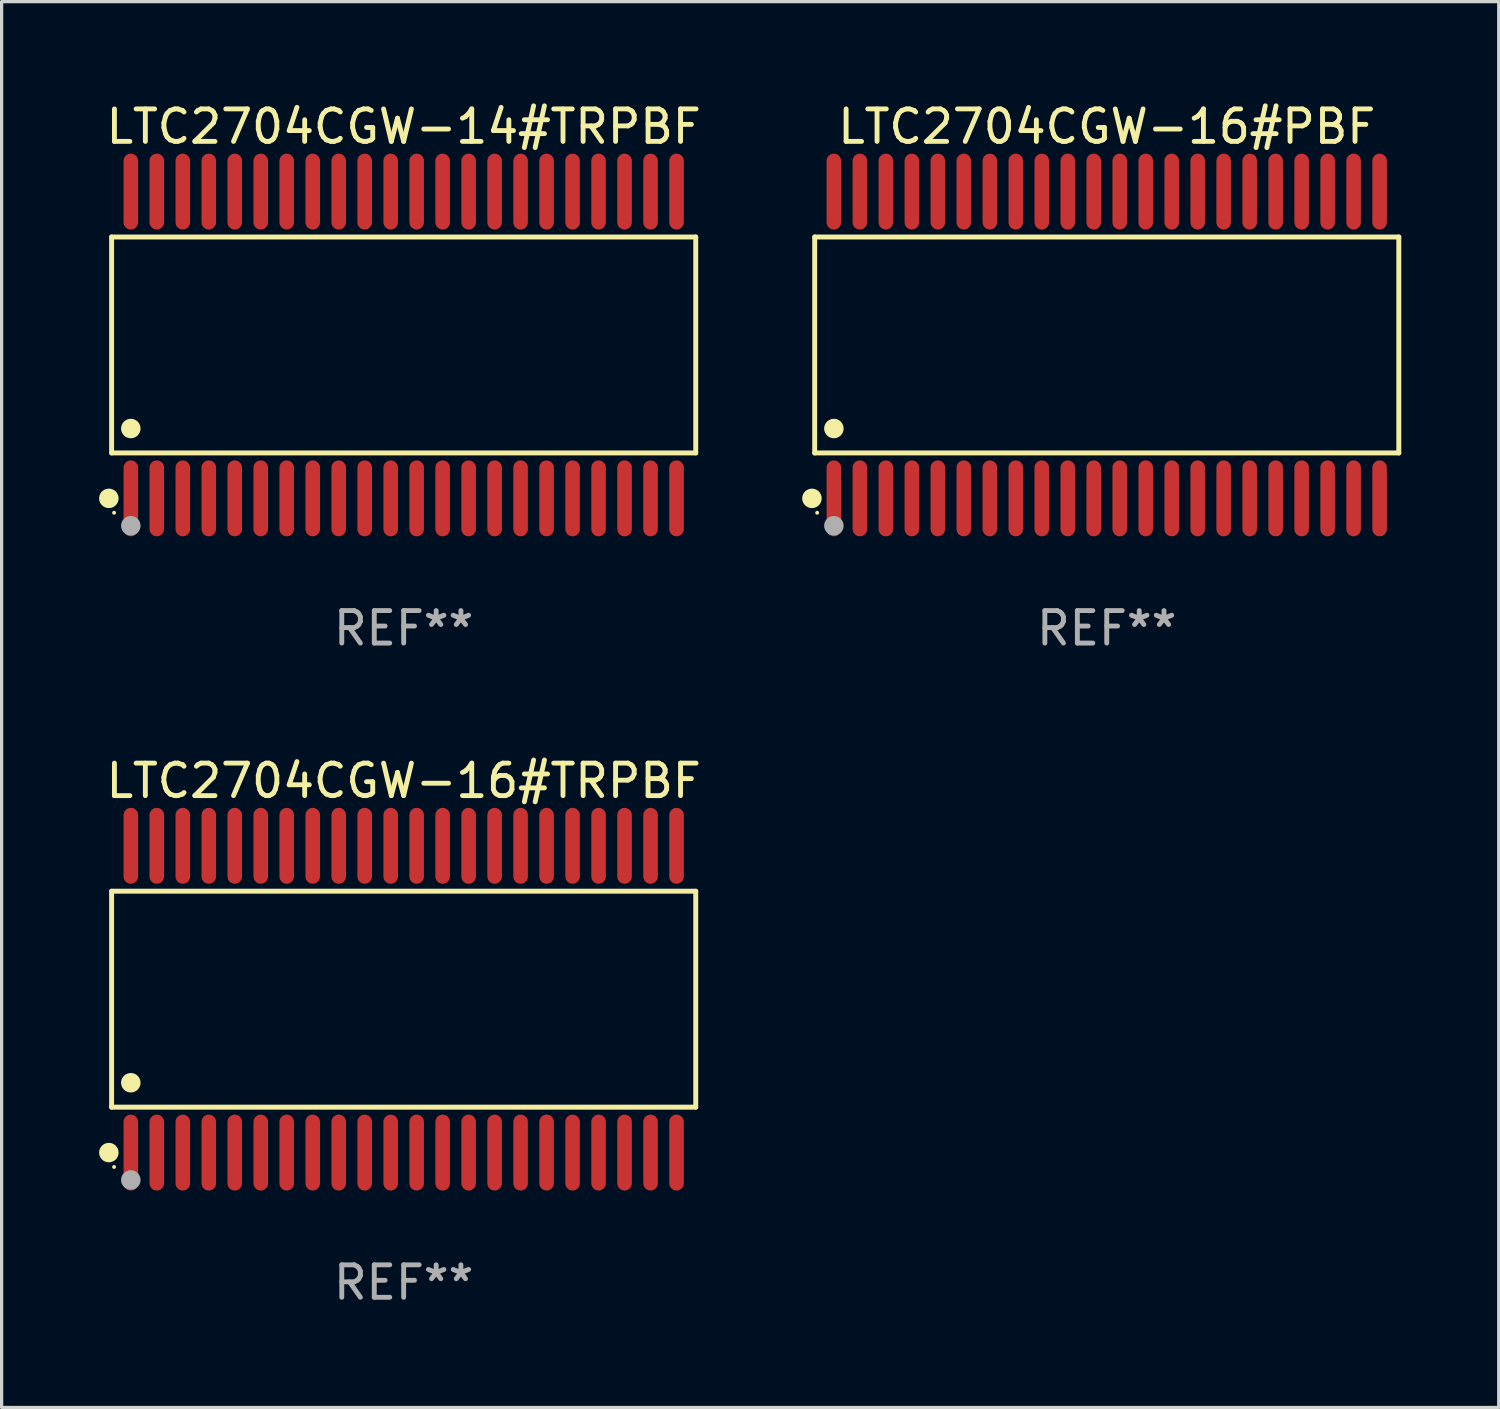
<source format=kicad_pcb>
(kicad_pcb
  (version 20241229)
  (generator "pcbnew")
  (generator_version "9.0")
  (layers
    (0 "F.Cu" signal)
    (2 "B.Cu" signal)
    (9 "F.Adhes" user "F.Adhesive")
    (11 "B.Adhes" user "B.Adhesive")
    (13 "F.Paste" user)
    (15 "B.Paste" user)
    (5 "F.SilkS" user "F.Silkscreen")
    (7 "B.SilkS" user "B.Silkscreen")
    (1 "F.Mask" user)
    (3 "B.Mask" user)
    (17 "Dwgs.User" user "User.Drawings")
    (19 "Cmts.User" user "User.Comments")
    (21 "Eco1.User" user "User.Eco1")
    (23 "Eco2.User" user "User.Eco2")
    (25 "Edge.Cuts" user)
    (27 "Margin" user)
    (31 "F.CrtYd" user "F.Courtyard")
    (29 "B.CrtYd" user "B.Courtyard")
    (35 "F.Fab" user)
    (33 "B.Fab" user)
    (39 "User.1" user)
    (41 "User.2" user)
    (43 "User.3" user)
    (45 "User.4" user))
  (footprint "LTC2704CGW-14#TRPBF"
    (layer "F.Cu")
    (at 9.377 7.57)
    (property "Reference" "LTC2704CGW-14#TRPBF" (at 0 -6.722 0) (layer "F.SilkS") (effects (font (size 1 1) (thickness 0.15))))
    (attr through_hole)
    (fp_line (start -8.991 -3.324) (end 8.991 -3.324) (stroke (width 0.152) (type solid)) (layer "F.SilkS"))
    (fp_line (start -8.991 3.324) (end -8.991 -3.324) (stroke (width 0.152) (type solid)) (layer "F.SilkS"))
    (fp_line (start 8.991 -3.324) (end 8.991 3.324) (stroke (width 0.152) (type solid)) (layer "F.SilkS"))
    (fp_line (start 8.991 3.324) (end -8.991 3.324) (stroke (width 0.152) (type solid)) (layer "F.SilkS"))
    (fp_circle (center -9.076 4.722) (end -8.926 4.722) (stroke (width 0.3) (type solid)) (fill no) (layer "F.SilkS"))
    (fp_circle (center -8.915 5.165) (end -8.885 5.165) (stroke (width 0.06) (type solid)) (fill no) (layer "F.SilkS"))
    (fp_circle (center -8.4 2.572) (end -8.25 2.572) (stroke (width 0.3) (type solid)) (fill no) (layer "F.SilkS"))
    (fp_circle (center -8.4 5.565) (end -8.25 5.565) (stroke (width 0.3) (type solid)) (fill no) (layer "F.Fab"))
    (fp_text user "REF**" (at 0 8.722 0) (layer "F.Fab") (effects (font (size 1 1) (thickness 0.15))))
    (pad "1" smd oval (at -8.4 4.722) (size 0.448 2.337) (layers "F.Cu" "F.Mask" "F.Paste"))
    (pad "2" smd oval (at -7.6 4.722) (size 0.448 2.337) (layers "F.Cu" "F.Mask" "F.Paste"))
    (pad "3" smd oval (at -6.8 4.722) (size 0.448 2.337) (layers "F.Cu" "F.Mask" "F.Paste"))
    (pad "4" smd oval (at -6 4.722) (size 0.448 2.337) (layers "F.Cu" "F.Mask" "F.Paste"))
    (pad "5" smd oval (at -5.2 4.722) (size 0.448 2.337) (layers "F.Cu" "F.Mask" "F.Paste"))
    (pad "6" smd oval (at -4.4 4.722) (size 0.448 2.337) (layers "F.Cu" "F.Mask" "F.Paste"))
    (pad "7" smd oval (at -3.6 4.722) (size 0.448 2.337) (layers "F.Cu" "F.Mask" "F.Paste"))
    (pad "8" smd oval (at -2.8 4.722) (size 0.448 2.337) (layers "F.Cu" "F.Mask" "F.Paste"))
    (pad "9" smd oval (at -2 4.722) (size 0.448 2.337) (layers "F.Cu" "F.Mask" "F.Paste"))
    (pad "10" smd oval (at -1.2 4.722) (size 0.448 2.337) (layers "F.Cu" "F.Mask" "F.Paste"))
    (pad "11" smd oval (at -0.4 4.722) (size 0.448 2.337) (layers "F.Cu" "F.Mask" "F.Paste"))
    (pad "12" smd oval (at 0.4 4.722) (size 0.448 2.337) (layers "F.Cu" "F.Mask" "F.Paste"))
    (pad "13" smd oval (at 1.2 4.722) (size 0.448 2.337) (layers "F.Cu" "F.Mask" "F.Paste"))
    (pad "14" smd oval (at 2 4.722) (size 0.448 2.337) (layers "F.Cu" "F.Mask" "F.Paste"))
    (pad "15" smd oval (at 2.8 4.722) (size 0.448 2.337) (layers "F.Cu" "F.Mask" "F.Paste"))
    (pad "16" smd oval (at 3.6 4.722) (size 0.448 2.337) (layers "F.Cu" "F.Mask" "F.Paste"))
    (pad "17" smd oval (at 4.4 4.722) (size 0.448 2.337) (layers "F.Cu" "F.Mask" "F.Paste"))
    (pad "18" smd oval (at 5.2 4.722) (size 0.448 2.337) (layers "F.Cu" "F.Mask" "F.Paste"))
    (pad "19" smd oval (at 6 4.722) (size 0.448 2.337) (layers "F.Cu" "F.Mask" "F.Paste"))
    (pad "20" smd oval (at 6.8 4.722) (size 0.448 2.337) (layers "F.Cu" "F.Mask" "F.Paste"))
    (pad "21" smd oval (at 7.6 4.722) (size 0.448 2.337) (layers "F.Cu" "F.Mask" "F.Paste"))
    (pad "22" smd oval (at 8.4 4.722) (size 0.448 2.337) (layers "F.Cu" "F.Mask" "F.Paste"))
    (pad "23" smd oval (at 8.4 -4.722) (size 0.448 2.337) (layers "F.Cu" "F.Mask" "F.Paste"))
    (pad "24" smd oval (at 7.6 -4.722) (size 0.448 2.337) (layers "F.Cu" "F.Mask" "F.Paste"))
    (pad "25" smd oval (at 6.8 -4.722) (size 0.448 2.337) (layers "F.Cu" "F.Mask" "F.Paste"))
    (pad "26" smd oval (at 6 -4.722) (size 0.448 2.337) (layers "F.Cu" "F.Mask" "F.Paste"))
    (pad "27" smd oval (at 5.2 -4.722) (size 0.448 2.337) (layers "F.Cu" "F.Mask" "F.Paste"))
    (pad "28" smd oval (at 4.4 -4.722) (size 0.448 2.337) (layers "F.Cu" "F.Mask" "F.Paste"))
    (pad "29" smd oval (at 3.6 -4.722) (size 0.448 2.337) (layers "F.Cu" "F.Mask" "F.Paste"))
    (pad "30" smd oval (at 2.8 -4.722) (size 0.448 2.337) (layers "F.Cu" "F.Mask" "F.Paste"))
    (pad "31" smd oval (at 2 -4.722) (size 0.448 2.337) (layers "F.Cu" "F.Mask" "F.Paste"))
    (pad "32" smd oval (at 1.2 -4.722) (size 0.448 2.337) (layers "F.Cu" "F.Mask" "F.Paste"))
    (pad "33" smd oval (at 0.4 -4.722) (size 0.448 2.337) (layers "F.Cu" "F.Mask" "F.Paste"))
    (pad "34" smd oval (at -0.4 -4.722) (size 0.448 2.337) (layers "F.Cu" "F.Mask" "F.Paste"))
    (pad "35" smd oval (at -1.2 -4.722) (size 0.448 2.337) (layers "F.Cu" "F.Mask" "F.Paste"))
    (pad "36" smd oval (at -2 -4.722) (size 0.448 2.337) (layers "F.Cu" "F.Mask" "F.Paste"))
    (pad "37" smd oval (at -2.8 -4.722) (size 0.448 2.337) (layers "F.Cu" "F.Mask" "F.Paste"))
    (pad "38" smd oval (at -3.6 -4.722) (size 0.448 2.337) (layers "F.Cu" "F.Mask" "F.Paste"))
    (pad "39" smd oval (at -4.4 -4.722) (size 0.448 2.337) (layers "F.Cu" "F.Mask" "F.Paste"))
    (pad "40" smd oval (at -5.2 -4.722) (size 0.448 2.337) (layers "F.Cu" "F.Mask" "F.Paste"))
    (pad "41" smd oval (at -6 -4.722) (size 0.448 2.337) (layers "F.Cu" "F.Mask" "F.Paste"))
    (pad "42" smd oval (at -6.8 -4.722) (size 0.448 2.337) (layers "F.Cu" "F.Mask" "F.Paste"))
    (pad "43" smd oval (at -7.6 -4.722) (size 0.448 2.337) (layers "F.Cu" "F.Mask" "F.Paste"))
    (pad "44" smd oval (at -8.4 -4.722) (size 0.448 2.337) (layers "F.Cu" "F.Mask" "F.Paste")))
  (footprint "LTC2704CGW-16#TRPBF"
    (layer "F.Cu")
    (at 9.377 27.71)
    (property "Reference" "LTC2704CGW-16#TRPBF" (at 0 -6.722 0) (layer "F.SilkS") (effects (font (size 1 1) (thickness 0.15))))
    (attr through_hole)
    (fp_line (start -8.991 -3.324) (end 8.991 -3.324) (stroke (width 0.152) (type solid)) (layer "F.SilkS"))
    (fp_line (start -8.991 3.324) (end -8.991 -3.324) (stroke (width 0.152) (type solid)) (layer "F.SilkS"))
    (fp_line (start 8.991 -3.324) (end 8.991 3.324) (stroke (width 0.152) (type solid)) (layer "F.SilkS"))
    (fp_line (start 8.991 3.324) (end -8.991 3.324) (stroke (width 0.152) (type solid)) (layer "F.SilkS"))
    (fp_circle (center -9.076 4.722) (end -8.926 4.722) (stroke (width 0.3) (type solid)) (fill no) (layer "F.SilkS"))
    (fp_circle (center -8.915 5.165) (end -8.885 5.165) (stroke (width 0.06) (type solid)) (fill no) (layer "F.SilkS"))
    (fp_circle (center -8.4 2.572) (end -8.25 2.572) (stroke (width 0.3) (type solid)) (fill no) (layer "F.SilkS"))
    (fp_circle (center -8.4 5.565) (end -8.25 5.565) (stroke (width 0.3) (type solid)) (fill no) (layer "F.Fab"))
    (fp_text user "REF**" (at 0 8.722 0) (layer "F.Fab") (effects (font (size 1 1) (thickness 0.15))))
    (pad "1" smd oval (at -8.4 4.722) (size 0.448 2.337) (layers "F.Cu" "F.Mask" "F.Paste"))
    (pad "2" smd oval (at -7.6 4.722) (size 0.448 2.337) (layers "F.Cu" "F.Mask" "F.Paste"))
    (pad "3" smd oval (at -6.8 4.722) (size 0.448 2.337) (layers "F.Cu" "F.Mask" "F.Paste"))
    (pad "4" smd oval (at -6 4.722) (size 0.448 2.337) (layers "F.Cu" "F.Mask" "F.Paste"))
    (pad "5" smd oval (at -5.2 4.722) (size 0.448 2.337) (layers "F.Cu" "F.Mask" "F.Paste"))
    (pad "6" smd oval (at -4.4 4.722) (size 0.448 2.337) (layers "F.Cu" "F.Mask" "F.Paste"))
    (pad "7" smd oval (at -3.6 4.722) (size 0.448 2.337) (layers "F.Cu" "F.Mask" "F.Paste"))
    (pad "8" smd oval (at -2.8 4.722) (size 0.448 2.337) (layers "F.Cu" "F.Mask" "F.Paste"))
    (pad "9" smd oval (at -2 4.722) (size 0.448 2.337) (layers "F.Cu" "F.Mask" "F.Paste"))
    (pad "10" smd oval (at -1.2 4.722) (size 0.448 2.337) (layers "F.Cu" "F.Mask" "F.Paste"))
    (pad "11" smd oval (at -0.4 4.722) (size 0.448 2.337) (layers "F.Cu" "F.Mask" "F.Paste"))
    (pad "12" smd oval (at 0.4 4.722) (size 0.448 2.337) (layers "F.Cu" "F.Mask" "F.Paste"))
    (pad "13" smd oval (at 1.2 4.722) (size 0.448 2.337) (layers "F.Cu" "F.Mask" "F.Paste"))
    (pad "14" smd oval (at 2 4.722) (size 0.448 2.337) (layers "F.Cu" "F.Mask" "F.Paste"))
    (pad "15" smd oval (at 2.8 4.722) (size 0.448 2.337) (layers "F.Cu" "F.Mask" "F.Paste"))
    (pad "16" smd oval (at 3.6 4.722) (size 0.448 2.337) (layers "F.Cu" "F.Mask" "F.Paste"))
    (pad "17" smd oval (at 4.4 4.722) (size 0.448 2.337) (layers "F.Cu" "F.Mask" "F.Paste"))
    (pad "18" smd oval (at 5.2 4.722) (size 0.448 2.337) (layers "F.Cu" "F.Mask" "F.Paste"))
    (pad "19" smd oval (at 6 4.722) (size 0.448 2.337) (layers "F.Cu" "F.Mask" "F.Paste"))
    (pad "20" smd oval (at 6.8 4.722) (size 0.448 2.337) (layers "F.Cu" "F.Mask" "F.Paste"))
    (pad "21" smd oval (at 7.6 4.722) (size 0.448 2.337) (layers "F.Cu" "F.Mask" "F.Paste"))
    (pad "22" smd oval (at 8.4 4.722) (size 0.448 2.337) (layers "F.Cu" "F.Mask" "F.Paste"))
    (pad "23" smd oval (at 8.4 -4.722) (size 0.448 2.337) (layers "F.Cu" "F.Mask" "F.Paste"))
    (pad "24" smd oval (at 7.6 -4.722) (size 0.448 2.337) (layers "F.Cu" "F.Mask" "F.Paste"))
    (pad "25" smd oval (at 6.8 -4.722) (size 0.448 2.337) (layers "F.Cu" "F.Mask" "F.Paste"))
    (pad "26" smd oval (at 6 -4.722) (size 0.448 2.337) (layers "F.Cu" "F.Mask" "F.Paste"))
    (pad "27" smd oval (at 5.2 -4.722) (size 0.448 2.337) (layers "F.Cu" "F.Mask" "F.Paste"))
    (pad "28" smd oval (at 4.4 -4.722) (size 0.448 2.337) (layers "F.Cu" "F.Mask" "F.Paste"))
    (pad "29" smd oval (at 3.6 -4.722) (size 0.448 2.337) (layers "F.Cu" "F.Mask" "F.Paste"))
    (pad "30" smd oval (at 2.8 -4.722) (size 0.448 2.337) (layers "F.Cu" "F.Mask" "F.Paste"))
    (pad "31" smd oval (at 2 -4.722) (size 0.448 2.337) (layers "F.Cu" "F.Mask" "F.Paste"))
    (pad "32" smd oval (at 1.2 -4.722) (size 0.448 2.337) (layers "F.Cu" "F.Mask" "F.Paste"))
    (pad "33" smd oval (at 0.4 -4.722) (size 0.448 2.337) (layers "F.Cu" "F.Mask" "F.Paste"))
    (pad "34" smd oval (at -0.4 -4.722) (size 0.448 2.337) (layers "F.Cu" "F.Mask" "F.Paste"))
    (pad "35" smd oval (at -1.2 -4.722) (size 0.448 2.337) (layers "F.Cu" "F.Mask" "F.Paste"))
    (pad "36" smd oval (at -2 -4.722) (size 0.448 2.337) (layers "F.Cu" "F.Mask" "F.Paste"))
    (pad "37" smd oval (at -2.8 -4.722) (size 0.448 2.337) (layers "F.Cu" "F.Mask" "F.Paste"))
    (pad "38" smd oval (at -3.6 -4.722) (size 0.448 2.337) (layers "F.Cu" "F.Mask" "F.Paste"))
    (pad "39" smd oval (at -4.4 -4.722) (size 0.448 2.337) (layers "F.Cu" "F.Mask" "F.Paste"))
    (pad "40" smd oval (at -5.2 -4.722) (size 0.448 2.337) (layers "F.Cu" "F.Mask" "F.Paste"))
    (pad "41" smd oval (at -6 -4.722) (size 0.448 2.337) (layers "F.Cu" "F.Mask" "F.Paste"))
    (pad "42" smd oval (at -6.8 -4.722) (size 0.448 2.337) (layers "F.Cu" "F.Mask" "F.Paste"))
    (pad "43" smd oval (at -7.6 -4.722) (size 0.448 2.337) (layers "F.Cu" "F.Mask" "F.Paste"))
    (pad "44" smd oval (at -8.4 -4.722) (size 0.448 2.337) (layers "F.Cu" "F.Mask" "F.Paste")))
  (footprint "LTC2704CGW-16#PBF"
    (layer "F.Cu")
    (at 31.021 7.57)
    (property "Reference" "LTC2704CGW-16#PBF" (at 0 -6.722 0) (layer "F.SilkS") (effects (font (size 1 1) (thickness 0.15))))
    (attr through_hole)
    (fp_line (start -8.991 -3.324) (end 8.991 -3.324) (stroke (width 0.152) (type solid)) (layer "F.SilkS"))
    (fp_line (start -8.991 3.324) (end -8.991 -3.324) (stroke (width 0.152) (type solid)) (layer "F.SilkS"))
    (fp_line (start 8.991 -3.324) (end 8.991 3.324) (stroke (width 0.152) (type solid)) (layer "F.SilkS"))
    (fp_line (start 8.991 3.324) (end -8.991 3.324) (stroke (width 0.152) (type solid)) (layer "F.SilkS"))
    (fp_circle (center -9.076 4.722) (end -8.926 4.722) (stroke (width 0.3) (type solid)) (fill no) (layer "F.SilkS"))
    (fp_circle (center -8.915 5.165) (end -8.885 5.165) (stroke (width 0.06) (type solid)) (fill no) (layer "F.SilkS"))
    (fp_circle (center -8.4 2.572) (end -8.25 2.572) (stroke (width 0.3) (type solid)) (fill no) (layer "F.SilkS"))
    (fp_circle (center -8.4 5.565) (end -8.25 5.565) (stroke (width 0.3) (type solid)) (fill no) (layer "F.Fab"))
    (fp_text user "REF**" (at 0 8.722 0) (layer "F.Fab") (effects (font (size 1 1) (thickness 0.15))))
    (pad "1" smd oval (at -8.4 4.722) (size 0.448 2.337) (layers "F.Cu" "F.Mask" "F.Paste"))
    (pad "2" smd oval (at -7.6 4.722) (size 0.448 2.337) (layers "F.Cu" "F.Mask" "F.Paste"))
    (pad "3" smd oval (at -6.8 4.722) (size 0.448 2.337) (layers "F.Cu" "F.Mask" "F.Paste"))
    (pad "4" smd oval (at -6 4.722) (size 0.448 2.337) (layers "F.Cu" "F.Mask" "F.Paste"))
    (pad "5" smd oval (at -5.2 4.722) (size 0.448 2.337) (layers "F.Cu" "F.Mask" "F.Paste"))
    (pad "6" smd oval (at -4.4 4.722) (size 0.448 2.337) (layers "F.Cu" "F.Mask" "F.Paste"))
    (pad "7" smd oval (at -3.6 4.722) (size 0.448 2.337) (layers "F.Cu" "F.Mask" "F.Paste"))
    (pad "8" smd oval (at -2.8 4.722) (size 0.448 2.337) (layers "F.Cu" "F.Mask" "F.Paste"))
    (pad "9" smd oval (at -2 4.722) (size 0.448 2.337) (layers "F.Cu" "F.Mask" "F.Paste"))
    (pad "10" smd oval (at -1.2 4.722) (size 0.448 2.337) (layers "F.Cu" "F.Mask" "F.Paste"))
    (pad "11" smd oval (at -0.4 4.722) (size 0.448 2.337) (layers "F.Cu" "F.Mask" "F.Paste"))
    (pad "12" smd oval (at 0.4 4.722) (size 0.448 2.337) (layers "F.Cu" "F.Mask" "F.Paste"))
    (pad "13" smd oval (at 1.2 4.722) (size 0.448 2.337) (layers "F.Cu" "F.Mask" "F.Paste"))
    (pad "14" smd oval (at 2 4.722) (size 0.448 2.337) (layers "F.Cu" "F.Mask" "F.Paste"))
    (pad "15" smd oval (at 2.8 4.722) (size 0.448 2.337) (layers "F.Cu" "F.Mask" "F.Paste"))
    (pad "16" smd oval (at 3.6 4.722) (size 0.448 2.337) (layers "F.Cu" "F.Mask" "F.Paste"))
    (pad "17" smd oval (at 4.4 4.722) (size 0.448 2.337) (layers "F.Cu" "F.Mask" "F.Paste"))
    (pad "18" smd oval (at 5.2 4.722) (size 0.448 2.337) (layers "F.Cu" "F.Mask" "F.Paste"))
    (pad "19" smd oval (at 6 4.722) (size 0.448 2.337) (layers "F.Cu" "F.Mask" "F.Paste"))
    (pad "20" smd oval (at 6.8 4.722) (size 0.448 2.337) (layers "F.Cu" "F.Mask" "F.Paste"))
    (pad "21" smd oval (at 7.6 4.722) (size 0.448 2.337) (layers "F.Cu" "F.Mask" "F.Paste"))
    (pad "22" smd oval (at 8.4 4.722) (size 0.448 2.337) (layers "F.Cu" "F.Mask" "F.Paste"))
    (pad "23" smd oval (at 8.4 -4.722) (size 0.448 2.337) (layers "F.Cu" "F.Mask" "F.Paste"))
    (pad "24" smd oval (at 7.6 -4.722) (size 0.448 2.337) (layers "F.Cu" "F.Mask" "F.Paste"))
    (pad "25" smd oval (at 6.8 -4.722) (size 0.448 2.337) (layers "F.Cu" "F.Mask" "F.Paste"))
    (pad "26" smd oval (at 6 -4.722) (size 0.448 2.337) (layers "F.Cu" "F.Mask" "F.Paste"))
    (pad "27" smd oval (at 5.2 -4.722) (size 0.448 2.337) (layers "F.Cu" "F.Mask" "F.Paste"))
    (pad "28" smd oval (at 4.4 -4.722) (size 0.448 2.337) (layers "F.Cu" "F.Mask" "F.Paste"))
    (pad "29" smd oval (at 3.6 -4.722) (size 0.448 2.337) (layers "F.Cu" "F.Mask" "F.Paste"))
    (pad "30" smd oval (at 2.8 -4.722) (size 0.448 2.337) (layers "F.Cu" "F.Mask" "F.Paste"))
    (pad "31" smd oval (at 2 -4.722) (size 0.448 2.337) (layers "F.Cu" "F.Mask" "F.Paste"))
    (pad "32" smd oval (at 1.2 -4.722) (size 0.448 2.337) (layers "F.Cu" "F.Mask" "F.Paste"))
    (pad "33" smd oval (at 0.4 -4.722) (size 0.448 2.337) (layers "F.Cu" "F.Mask" "F.Paste"))
    (pad "34" smd oval (at -0.4 -4.722) (size 0.448 2.337) (layers "F.Cu" "F.Mask" "F.Paste"))
    (pad "35" smd oval (at -1.2 -4.722) (size 0.448 2.337) (layers "F.Cu" "F.Mask" "F.Paste"))
    (pad "36" smd oval (at -2 -4.722) (size 0.448 2.337) (layers "F.Cu" "F.Mask" "F.Paste"))
    (pad "37" smd oval (at -2.8 -4.722) (size 0.448 2.337) (layers "F.Cu" "F.Mask" "F.Paste"))
    (pad "38" smd oval (at -3.6 -4.722) (size 0.448 2.337) (layers "F.Cu" "F.Mask" "F.Paste"))
    (pad "39" smd oval (at -4.4 -4.722) (size 0.448 2.337) (layers "F.Cu" "F.Mask" "F.Paste"))
    (pad "40" smd oval (at -5.2 -4.722) (size 0.448 2.337) (layers "F.Cu" "F.Mask" "F.Paste"))
    (pad "41" smd oval (at -6 -4.722) (size 0.448 2.337) (layers "F.Cu" "F.Mask" "F.Paste"))
    (pad "42" smd oval (at -6.8 -4.722) (size 0.448 2.337) (layers "F.Cu" "F.Mask" "F.Paste"))
    (pad "43" smd oval (at -7.6 -4.722) (size 0.448 2.337) (layers "F.Cu" "F.Mask" "F.Paste"))
    (pad "44" smd oval (at -8.4 -4.722) (size 0.448 2.337) (layers "F.Cu" "F.Mask" "F.Paste")))
  (gr_rect
    (start -3 -3)
    (end 43.088 40.279)
    (stroke (width 0.1) (type default))
    (fill no)
    (layer "Edge.Cuts")))
</source>
